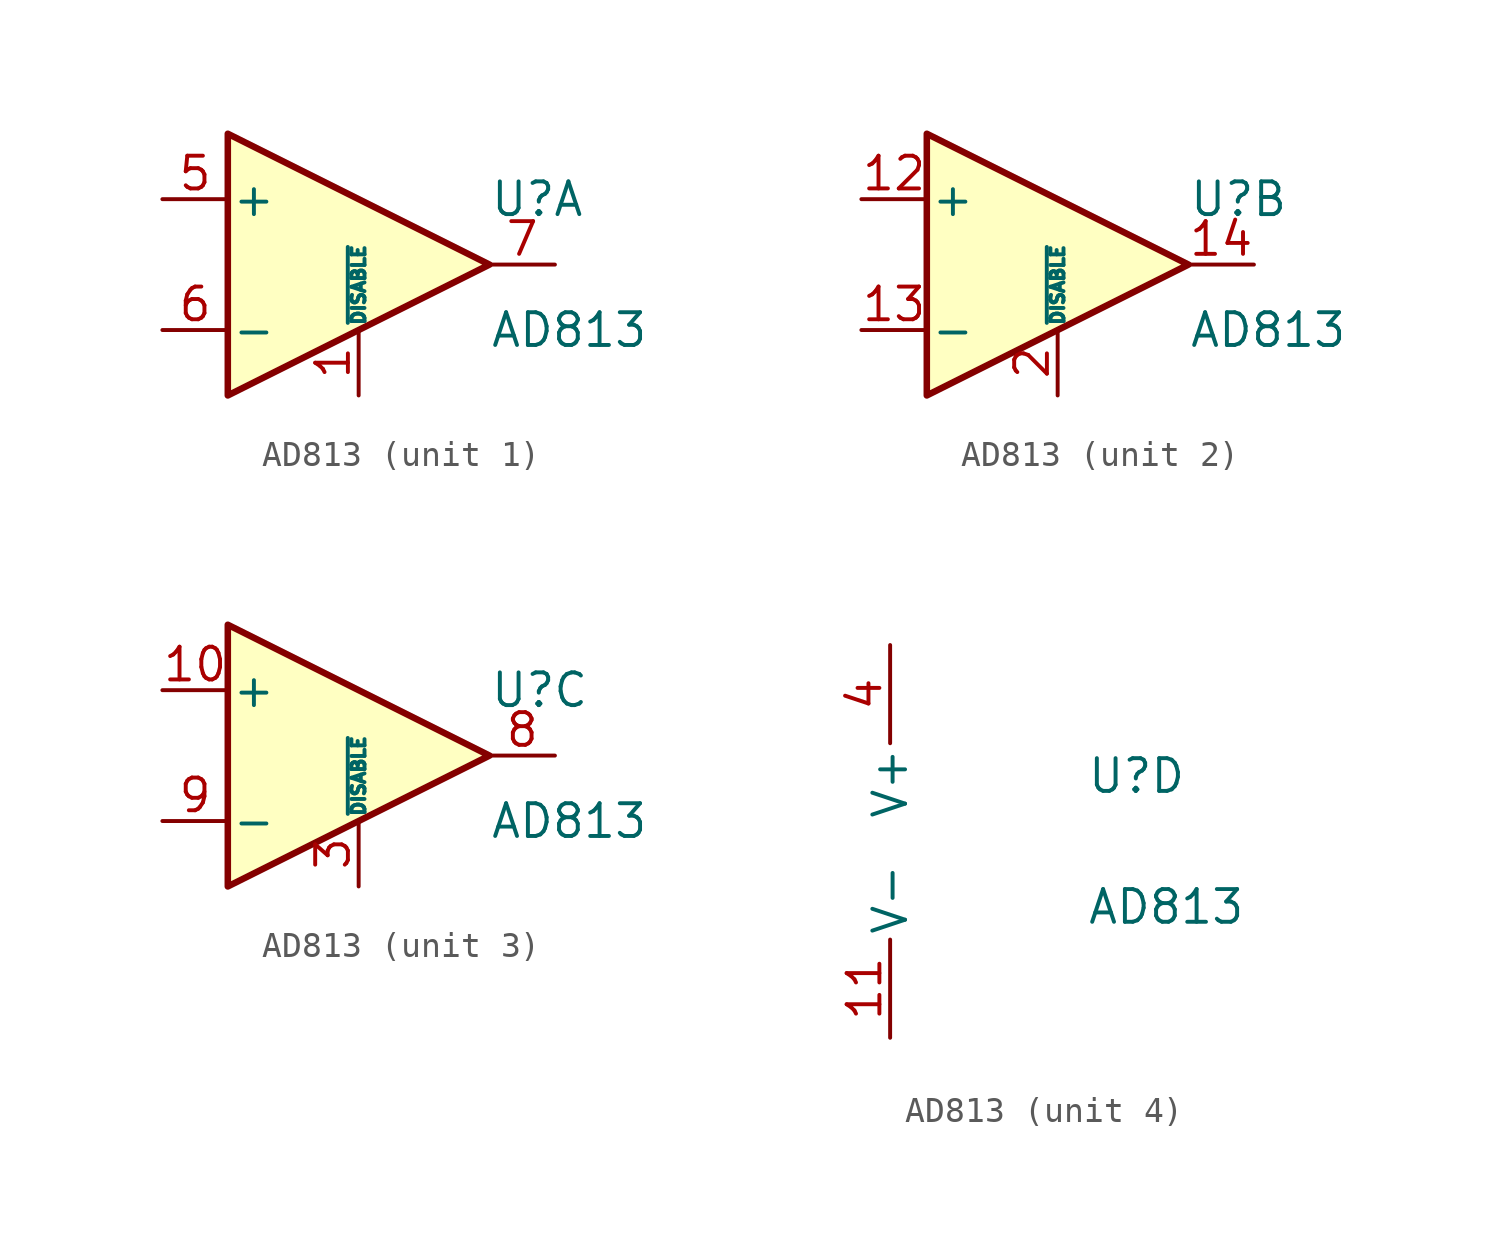
<source format=kicad_sym>
(kicad_symbol_lib
  (version 20201005)
  (generator kicad_symbol_editor)
  (symbol "Amplifier_Video:AD813"
    (pin_names
      (offset 0.127))
    (property "Reference" "U"
      (at 5.08 2.54 0)
      (effects (font (size 1.27 1.27)) (justify left)))
    (property "Value" "AD813"
      (at 5.08 -2.54 0)
      (effects (font (size 1.27 1.27)) (justify left)))
    (symbol "AD813_1_1"
      (polyline (pts (xy 5.08 0) (xy -5.08 5.08) (xy -5.08 -5.08) (xy 5.08 0)) (stroke (width 0.254)) (fill (type background)))
      (pin input line (at 0 -5.08 90) (length 2.54) (name "~DISABLE" (effects (font (size 0.508 0.508)))) (number "1" (effects (font (size 1.27 1.27)))))
      (pin input line (at -7.62 2.54 0) (length 2.54) (name "+" (effects (font (size 1.27 1.27)))) (number "5" (effects (font (size 1.27 1.27)))))
      (pin input line (at -7.62 -2.54 0) (length 2.54) (name "-" (effects (font (size 1.27 1.27)))) (number "6" (effects (font (size 1.27 1.27)))))
      (pin output line (at 7.62 0 180) (length 2.54) (name "~" (effects (font (size 1.27 1.27)))) (number "7" (effects (font (size 1.27 1.27))))))
    (symbol "AD813_2_1"
      (polyline (pts (xy 5.08 0) (xy -5.08 5.08) (xy -5.08 -5.08) (xy 5.08 0)) (stroke (width 0.254)) (fill (type background)))
      (pin input line (at -7.62 2.54 0) (length 2.54) (name "+" (effects (font (size 1.27 1.27)))) (number "12" (effects (font (size 1.27 1.27)))))
      (pin input line (at -7.62 -2.54 0) (length 2.54) (name "-" (effects (font (size 1.27 1.27)))) (number "13" (effects (font (size 1.27 1.27)))))
      (pin output line (at 7.62 0 180) (length 2.54) (name "~" (effects (font (size 1.27 1.27)))) (number "14" (effects (font (size 1.27 1.27)))))
      (pin input line (at 0 -5.08 90) (length 2.54) (name "~DISABLE" (effects (font (size 0.508 0.508)))) (number "2" (effects (font (size 1.27 1.27))))))
    (symbol "AD813_3_1"
      (polyline (pts (xy 5.08 0) (xy -5.08 5.08) (xy -5.08 -5.08) (xy 5.08 0)) (stroke (width 0.254)) (fill (type background)))
      (pin input line (at -7.62 2.54 0) (length 2.54) (name "+" (effects (font (size 1.27 1.27)))) (number "10" (effects (font (size 1.27 1.27)))))
      (pin input line (at 0 -5.08 90) (length 2.54) (name "~DISABLE" (effects (font (size 0.508 0.508)))) (number "3" (effects (font (size 1.27 1.27)))))
      (pin output line (at 7.62 0 180) (length 2.54) (name "~" (effects (font (size 1.27 1.27)))) (number "8" (effects (font (size 1.27 1.27)))))
      (pin input line (at -7.62 -2.54 0) (length 2.54) (name "-" (effects (font (size 1.27 1.27)))) (number "9" (effects (font (size 1.27 1.27))))))
    (symbol "AD813_4_1"
      (pin power_in line (at -2.54 -7.62 90) (length 3.81) (name "V-" (effects (font (size 1.27 1.27)))) (number "11" (effects (font (size 1.27 1.27)))))
      (pin power_in line (at -2.54 7.62 270) (length 3.81) (name "V+" (effects (font (size 1.27 1.27)))) (number "4" (effects (font (size 1.27 1.27))))))))
</source>
